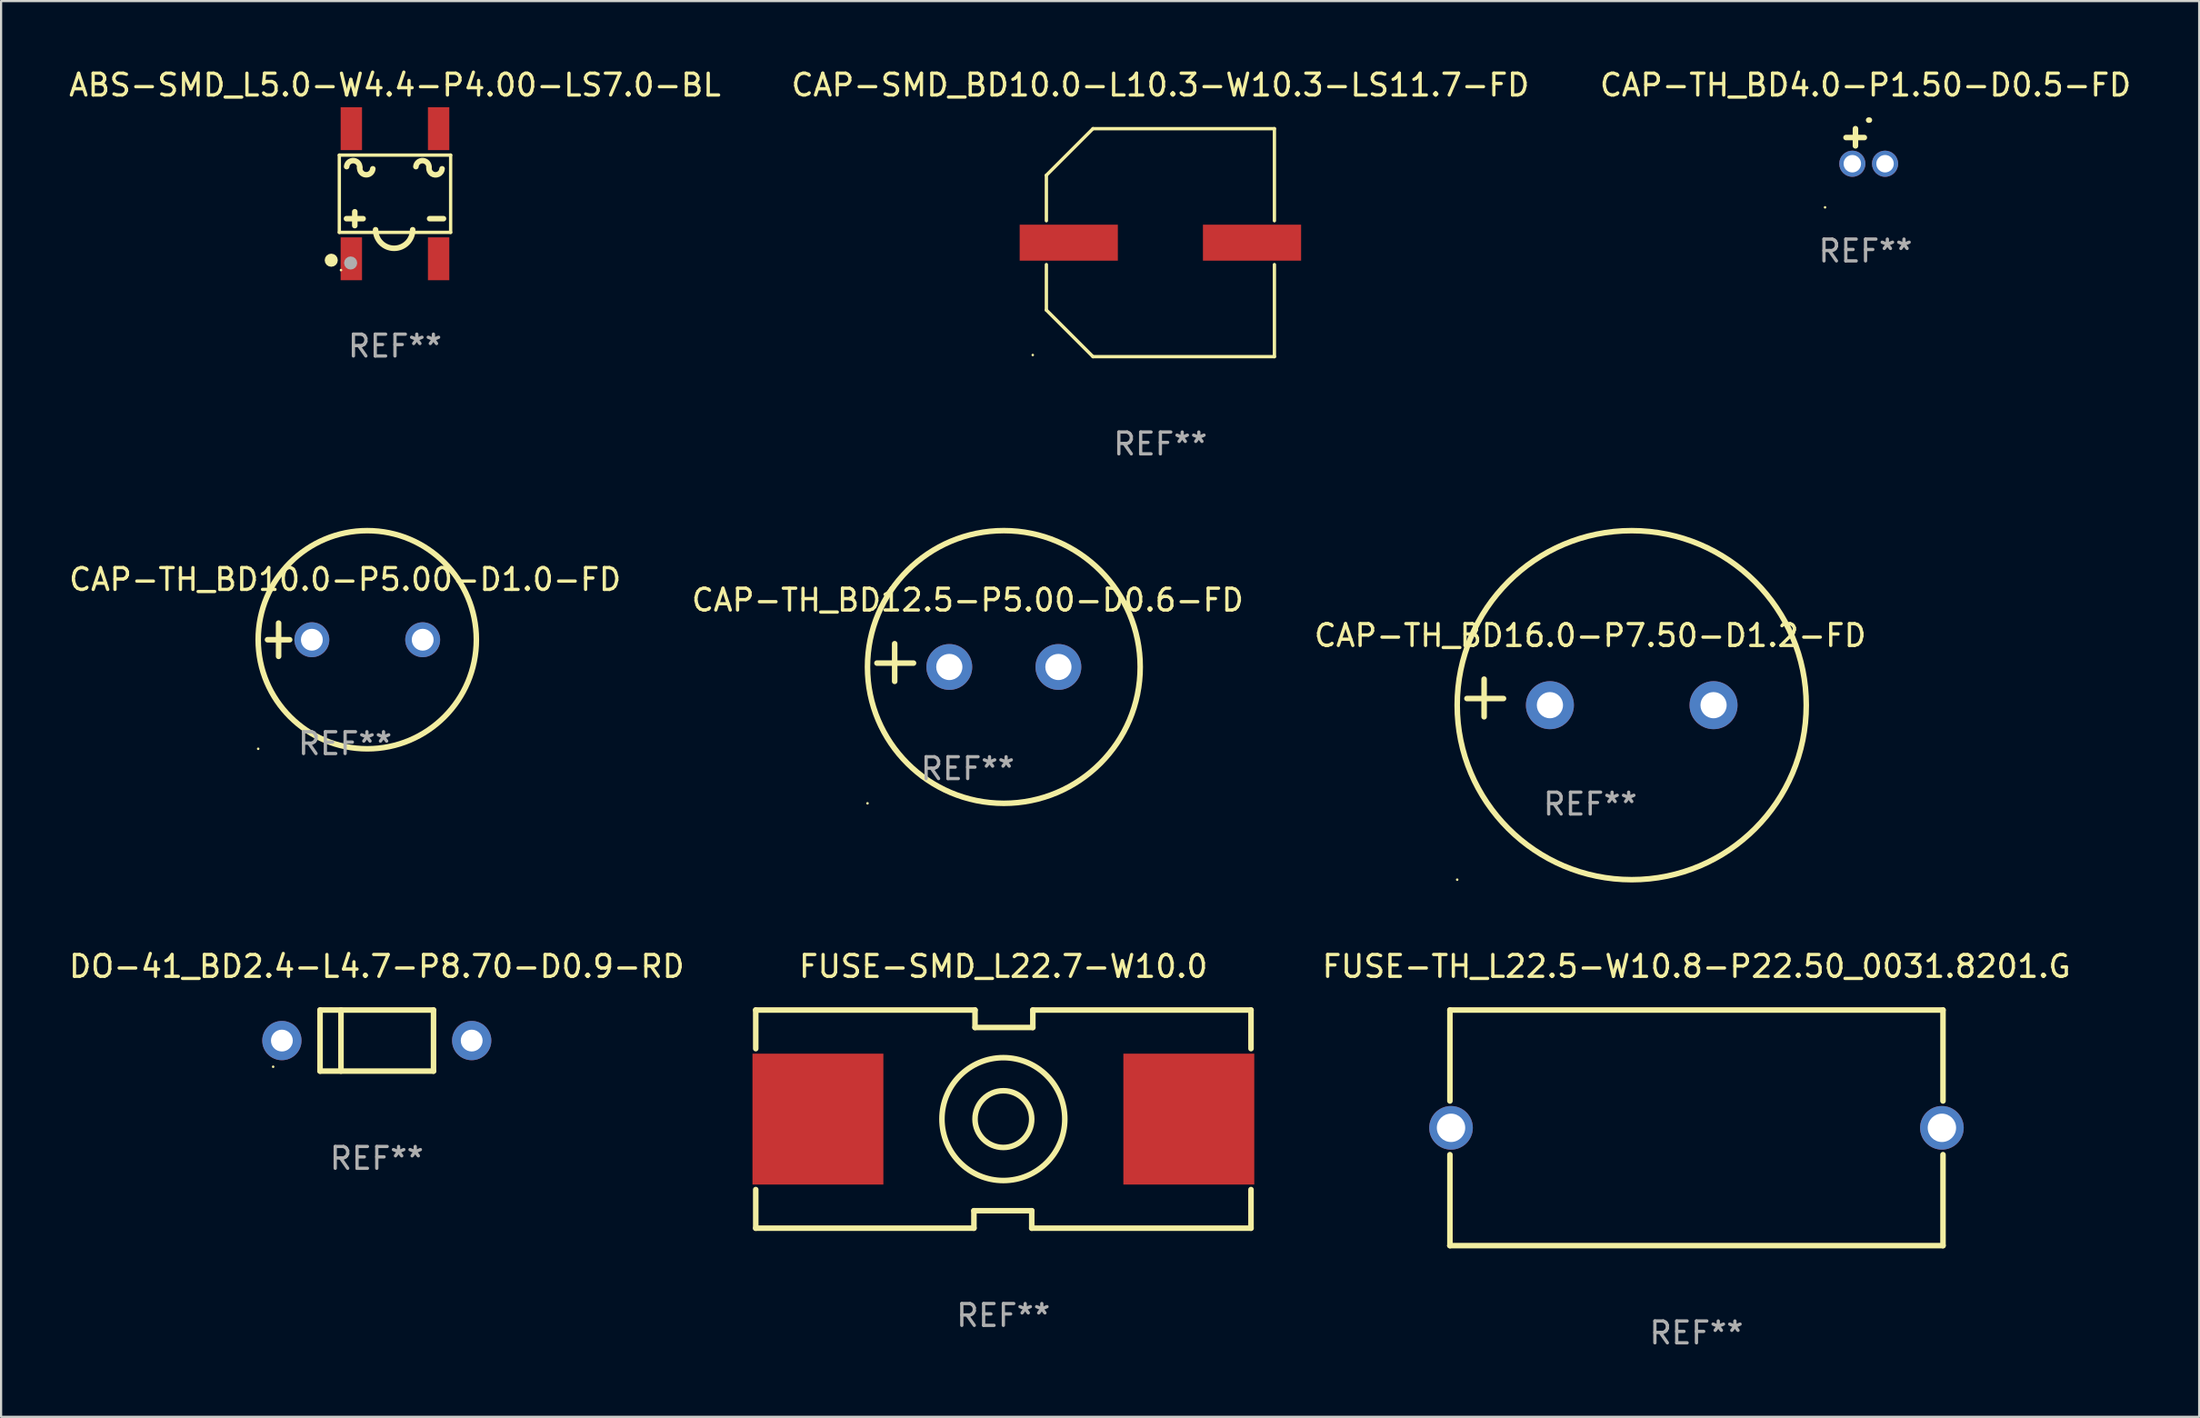
<source format=kicad_pcb>
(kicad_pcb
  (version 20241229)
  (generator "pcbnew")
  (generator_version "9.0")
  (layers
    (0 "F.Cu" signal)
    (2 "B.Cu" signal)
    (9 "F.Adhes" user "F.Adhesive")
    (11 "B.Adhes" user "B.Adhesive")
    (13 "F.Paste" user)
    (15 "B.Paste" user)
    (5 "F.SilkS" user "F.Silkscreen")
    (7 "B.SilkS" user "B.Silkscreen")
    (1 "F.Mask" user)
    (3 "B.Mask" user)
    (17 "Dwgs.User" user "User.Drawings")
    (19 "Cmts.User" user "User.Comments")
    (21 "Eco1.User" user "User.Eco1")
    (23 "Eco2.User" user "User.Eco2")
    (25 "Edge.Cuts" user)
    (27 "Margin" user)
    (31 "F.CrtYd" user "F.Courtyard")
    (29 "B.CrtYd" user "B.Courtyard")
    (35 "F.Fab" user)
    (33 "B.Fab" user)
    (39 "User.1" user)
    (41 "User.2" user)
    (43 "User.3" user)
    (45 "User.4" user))
  (footprint "CAP-TH_BD4.0-P1.50-D0.5-FD"
    (layer "F.Cu")
    (at 82.602 4.455)
    (property "Reference" "CAP-TH_BD4.0-P1.50-D0.5-FD" (at -0.144 -3.606 0) (layer "F.SilkS") (effects (font (size 1 1) (thickness 0.15))))
    (attr through_hole)
    (fp_line (start -0.606 -0.819) (end -0.606 -1.606) (stroke (width 0.254) (type solid)) (layer "F.SilkS"))
    (fp_line (start -0.2 -1.2) (end -1.038 -1.2) (stroke (width 0.254) (type solid)) (layer "F.SilkS"))
    (fp_arc (start -0.00127 -1.998984) (mid 0.01524 -1.999052) (end 0.03175 -1.998984) (stroke (width 0.254001) (type solid)) (layer "F.SilkS"))
    (fp_circle (center -2 2) (end -1.97 2) (stroke (width 0.06) (type solid)) (fill no) (layer "F.SilkS"))
    (fp_text user "REF**" (at -0.144 4 0) (layer "F.Fab") (effects (font (size 1 1) (thickness 0.15))))
    (pad "1" thru_hole circle (at -0.75 0 90) (size 1.2 1.2) (drill 0.8) (layers "*.Cu" "*.Mask"))
    (pad "2" thru_hole circle (at 0.75 0 90) (size 1.2 1.2) (drill 0.8) (layers "*.Cu" "*.Mask")))
  (footprint "FUSE-TH_L22.5-W10.8-P22.50_0031.8201.G"
    (layer "F.Cu")
    (at 74.708 48.651)
    (property "Reference" "FUSE-TH_L22.5-W10.8-P22.50_0031.8201.G" (at 0 -7.4 0) (layer "F.SilkS") (effects (font (size 1 1) (thickness 0.15))))
    (attr through_hole)
    (fp_line (start -11.3 -5.4) (end 11.3 -5.4) (stroke (width 0.254) (type solid)) (layer "F.SilkS"))
    (fp_line (start -11.3 -1.23) (end -11.3 -5.4) (stroke (width 0.254) (type solid)) (layer "F.SilkS"))
    (fp_line (start -11.3 5.4) (end -11.3 1.23) (stroke (width 0.254) (type solid)) (layer "F.SilkS"))
    (fp_line (start 11.3 -5.4) (end 11.3 -1.23) (stroke (width 0.254) (type solid)) (layer "F.SilkS"))
    (fp_line (start 11.3 1.23) (end 11.3 5.4) (stroke (width 0.254) (type solid)) (layer "F.SilkS"))
    (fp_line (start 11.3 5.4) (end -11.3 5.4) (stroke (width 0.254) (type solid)) (layer "F.SilkS"))
    (fp_circle (center -11.375 5.4) (end -11.345 5.4) (stroke (width 0.06) (type solid)) (fill no) (layer "F.SilkS"))
    (fp_text user "REF**" (at 0 9.4 0) (layer "F.Fab") (effects (font (size 1 1) (thickness 0.15))))
    (pad "1" thru_hole circle (at -11.25 0) (size 2 2) (drill 1.3) (layers "*.Cu" "*.Mask"))
    (pad "2" thru_hole circle (at 11.25 0) (size 2 2) (drill 1.3) (layers "*.Cu" "*.Mask")))
  (footprint "CAP-TH_BD10.0-P5.00-D1.0-FD"
    (layer "F.Cu")
    (at 13.784 26.276)
    (property "Reference" "CAP-TH_BD10.0-P5.00-D1.0-FD" (at -1.016 -2.762 0) (layer "F.SilkS") (effects (font (size 1 1) (thickness 0.15))))
    (attr through_hole)
    (fp_line (start -4.572 0) (end -3.556 0) (stroke (width 0.254) (type solid)) (layer "F.SilkS"))
    (fp_line (start -4.064 -0.762) (end -4.064 0.762) (stroke (width 0.254) (type solid)) (layer "F.SilkS"))
    (fp_circle (center -5 5) (end -4.97 5) (stroke (width 0.06) (type solid)) (fill no) (layer "F.SilkS"))
    (fp_circle (center 0 0) (end 5 0) (stroke (width 0.254) (type solid)) (fill no) (layer "F.SilkS"))
    (fp_text user "REF**" (at -1.016 4.762 0) (layer "F.Fab") (effects (font (size 1 1) (thickness 0.15))))
    (pad "1" thru_hole circle (at -2.54 0) (size 1.6 1.6) (drill 1) (layers "*.Cu" "*.Mask"))
    (pad "2" thru_hole circle (at 2.54 0) (size 1.6 1.6) (drill 1) (layers "*.Cu" "*.Mask")))
  (footprint "FUSE-SMD_L22.7-W10.0"
    (layer "F.Cu")
    (at 42.94 48.251)
    (property "Reference" "FUSE-SMD_L22.7-W10.0" (at -0.000102 -7 0) (layer "F.SilkS") (effects (font (size 1 1) (thickness 0.15))))
    (attr smd)
    (fp_line (start -11.35 5) (end -11.35 3.231) (stroke (width 0.254) (type solid)) (layer "F.SilkS"))
    (fp_line (start -11.35 -5) (end -11.35 -3.231) (stroke (width 0.254) (type solid)) (layer "F.SilkS"))
    (fp_line (start -11.35 -5) (end -1.3 -5) (stroke (width 0.254) (type solid)) (layer "F.SilkS"))
    (fp_line (start -1.35 4.2) (end -1.35 5) (stroke (width 0.254) (type solid)) (layer "F.SilkS"))
    (fp_line (start -1.35 5) (end -11.35 5) (stroke (width 0.254) (type solid)) (layer "F.SilkS"))
    (fp_line (start -1.3 -5) (end -1.3 -4.2) (stroke (width 0.254) (type solid)) (layer "F.SilkS"))
    (fp_line (start -1.3 -4.2) (end 1.35 -4.2) (stroke (width 0.254) (type solid)) (layer "F.SilkS"))
    (fp_line (start 1.3 4.2) (end -1.35 4.2) (stroke (width 0.254) (type solid)) (layer "F.SilkS"))
    (fp_line (start 1.3 5) (end 1.3 4.2) (stroke (width 0.254) (type solid)) (layer "F.SilkS"))
    (fp_line (start 1.35 -5) (end 11.35 -5) (stroke (width 0.254) (type solid)) (layer "F.SilkS"))
    (fp_line (start 1.35 -4.2) (end 1.35 -5) (stroke (width 0.254) (type solid)) (layer "F.SilkS"))
    (fp_line (start 11.35 5) (end 1.3 5) (stroke (width 0.254) (type solid)) (layer "F.SilkS"))
    (fp_line (start 11.35 5) (end 11.35 3.231) (stroke (width 0.254) (type solid)) (layer "F.SilkS"))
    (fp_line (start 11.35 -5) (end 11.35 -3.231) (stroke (width 0.254) (type solid)) (layer "F.SilkS"))
    (fp_circle (center 0 0) (end 1.3 0) (stroke (width 0.254) (type solid)) (fill no) (layer "F.SilkS"))
    (fp_circle (center 0 0) (end 2.816 0) (stroke (width 0.254) (type solid)) (fill no) (layer "F.SilkS"))
    (fp_text user "REF**" (at -0.000102 9 0) (layer "F.Fab") (effects (font (size 1 1) (thickness 0.15))))
    (pad "1" smd rect (at -8.5 0) (size 6 6) (layers "F.Cu" "F.Mask" "F.Paste"))
    (pad "2" smd rect (at 8.5 0) (size 6 6) (layers "F.Cu" "F.Mask" "F.Paste")))
  (footprint "DO-41_BD2.4-L4.7-P8.70-D0.9-RD"
    (layer "F.Cu")
    (at 14.22 44.651)
    (property "Reference" "DO-41_BD2.4-L4.7-P8.70-D0.9-RD" (at 0 -3.4 0) (layer "F.SilkS") (effects (font (size 1 1) (thickness 0.15))))
    (attr through_hole)
    (fp_line (start -2.6 -1.4) (end -2.6 1.4) (stroke (width 0.254) (type solid)) (layer "F.SilkS"))
    (fp_line (start -2.6 -1.4) (end 2.6 -1.4) (stroke (width 0.254) (type solid)) (layer "F.SilkS"))
    (fp_line (start -2.6 1.4) (end 2.6 1.4) (stroke (width 0.254) (type solid)) (layer "F.SilkS"))
    (fp_line (start -1.641 -1.4) (end -1.641 1.4) (stroke (width 0.254) (type solid)) (layer "F.SilkS"))
    (fp_line (start 2.6 -1.4) (end 2.6 1.4) (stroke (width 0.254) (type solid)) (layer "F.SilkS"))
    (fp_circle (center -4.75 1.2) (end -4.72 1.2) (stroke (width 0.06) (type solid)) (fill no) (layer "F.SilkS"))
    (fp_text user "REF**" (at 0 5.4 0) (layer "F.Fab") (effects (font (size 1 1) (thickness 0.15))))
    (pad "1" thru_hole circle (at -4.35 0) (size 1.8 1.8) (drill 1) (layers "*.Cu" "*.Mask"))
    (pad "2" thru_hole circle (at 4.35 0) (size 1.8 1.8) (drill 1) (layers "*.Cu" "*.Mask")))
  (footprint "ABS-SMD_L5.0-W4.4-P4.00-LS7.0-BL"
    (layer "F.Cu")
    (at 15.054 5.831)
    (property "Reference" "ABS-SMD_L5.0-W4.4-P4.00-LS7.0-BL" (at 0 -4.982 0) (layer "F.SilkS") (effects (font (size 1 1) (thickness 0.15))))
    (attr smd)
    (fp_line (start -2.551 -1.771) (end 2.551 -1.771) (stroke (width 0.152) (type solid)) (layer "F.SilkS"))
    (fp_line (start -2.551 1.771) (end -2.551 -1.771) (stroke (width 0.152) (type solid)) (layer "F.SilkS"))
    (fp_line (start -1.842 1.461) (end -1.842 0.826) (stroke (width 0.254) (type solid)) (layer "F.SilkS"))
    (fp_line (start -1.461 1.143) (end -2.223 1.143) (stroke (width 0.254) (type solid)) (layer "F.SilkS"))
    (fp_line (start 2.223 1.143) (end 1.588 1.143) (stroke (width 0.254) (type solid)) (layer "F.SilkS"))
    (fp_line (start 2.551 -1.771) (end 2.551 1.771) (stroke (width 0.152) (type solid)) (layer "F.SilkS"))
    (fp_line (start 2.551 1.771) (end -2.551 1.771) (stroke (width 0.152) (type solid)) (layer "F.SilkS"))
    (fp_arc (start -2.216078 -1.243053) (mid -1.891344 -1.515095) (end -1.616104 -1.193067) (stroke (width 0.254001) (type solid)) (layer "F.SilkS"))
    (fp_arc (start -1.016002 -1.143002) (mid -1.341085 -0.867983) (end -1.616104 -1.193066) (stroke (width 0.254001) (type solid)) (layer "F.SilkS"))
    (fp_arc (start 0.81105 1.651003) (mid -0.038976 2.501029) (end -0.889002 1.651003) (stroke (width 0.254001) (type solid)) (layer "F.SilkS"))
    (fp_arc (start 0.958928 -1.243053) (mid 1.283662 -1.515095) (end 1.558902 -1.193067) (stroke (width 0.254001) (type solid)) (layer "F.SilkS"))
    (fp_arc (start 2.159004 -1.143002) (mid 1.833922 -0.867984) (end 1.558904 -1.193066) (stroke (width 0.254001) (type solid)) (layer "F.SilkS"))
    (fp_circle (center -2.921 3.048) (end -2.771 3.048) (stroke (width 0.3) (type solid)) (fill no) (layer "F.SilkS"))
    (fp_circle (center -2.475 3.5) (end -2.445 3.5) (stroke (width 0.06) (type solid)) (fill no) (layer "F.SilkS"))
    (fp_circle (center -2.032 3.175) (end -1.882 3.175) (stroke (width 0.3) (type solid)) (fill no) (layer "F.Fab"))
    (fp_text user "REF**" (at 0 6.982 0) (layer "F.Fab") (effects (font (size 1 1) (thickness 0.15))))
    (pad "1" smd rect (at -2 2.982 180) (size 0.98 1.965) (layers "F.Cu" "F.Mask" "F.Paste"))
    (pad "2" smd rect (at 2 2.982 180) (size 0.98 1.965) (layers "F.Cu" "F.Mask" "F.Paste"))
    (pad "3" smd rect (at 2 -2.982 180) (size 0.98 1.965) (layers "F.Cu" "F.Mask" "F.Paste"))
    (pad "4" smd rect (at -2 -2.982 180) (size 0.98 1.965) (layers "F.Cu" "F.Mask" "F.Paste")))
  (footprint "CAP-SMD_BD10.0-L10.3-W10.3-LS11.7-FD"
    (layer "F.Cu")
    (at 50.137 8.074)
    (property "Reference" "CAP-SMD_BD10.0-L10.3-W10.3-LS11.7-FD" (at -0.000051 -7.226 0) (layer "F.SilkS") (effects (font (size 1 1) (thickness 0.15))))
    (attr smd)
    (fp_line (start -5.226 -3.09) (end -5.226 -1.005) (stroke (width 0.152) (type solid)) (layer "F.SilkS"))
    (fp_line (start -5.226 1.005) (end -5.226 3.09) (stroke (width 0.152) (type solid)) (layer "F.SilkS"))
    (fp_line (start -3.09 -5.226) (end -5.226 -3.09) (stroke (width 0.152) (type solid)) (layer "F.SilkS"))
    (fp_line (start -3.09 5.226) (end -5.226 3.09) (stroke (width 0.152) (type solid)) (layer "F.SilkS"))
    (fp_line (start 5.226 -5.226) (end -3.09 -5.226) (stroke (width 0.152) (type solid)) (layer "F.SilkS"))
    (fp_line (start 5.226 -5.226) (end 5.226 -1.005) (stroke (width 0.152) (type solid)) (layer "F.SilkS"))
    (fp_line (start 5.226 1.005) (end 5.226 5.226) (stroke (width 0.152) (type solid)) (layer "F.SilkS"))
    (fp_line (start 5.226 5.226) (end -3.09 5.226) (stroke (width 0.152) (type solid)) (layer "F.SilkS"))
    (fp_circle (center -5.85 5.15) (end -5.82 5.15) (stroke (width 0.06) (type solid)) (fill no) (layer "F.SilkS"))
    (fp_text user "REF**" (at -0.000051 9.226 0) (layer "F.Fab") (effects (font (size 1 1) (thickness 0.15))))
    (pad "1" smd rect (at -4.2 0.000076) (size 4.5 1.65) (layers "F.Cu" "F.Mask" "F.Paste"))
    (pad "2" smd rect (at 4.2 0.000076) (size 4.5 1.65) (layers "F.Cu" "F.Mask" "F.Paste")))
  (footprint "CAP-TH_BD12.5-P5.00-D0.6-FD"
    (layer "F.Cu")
    (at 42.962 27.525)
    (property "Reference" "CAP-TH_BD12.5-P5.00-D0.6-FD" (at -1.658 -3.067 0) (layer "F.SilkS") (effects (font (size 1 1) (thickness 0.15))))
    (attr through_hole)
    (fp_line (start -5.004 0.66) (end -5.004 -1.067) (stroke (width 0.254) (type solid)) (layer "F.SilkS"))
    (fp_line (start -4.14 -0.178) (end -5.817 -0.178) (stroke (width 0.254) (type solid)) (layer "F.SilkS"))
    (fp_circle (center -6.25 6.25) (end -6.22 6.25) (stroke (width 0.06) (type solid)) (fill no) (layer "F.SilkS"))
    (fp_circle (center -0.000127 0) (end 6.25 0) (stroke (width 0.254) (type solid)) (fill no) (layer "F.SilkS"))
    (fp_text user "REF**" (at -1.658 4.66 0) (layer "F.Fab") (effects (font (size 1 1) (thickness 0.15))))
    (pad "1" thru_hole circle (at -2.5 0) (size 2.1 2.1) (drill 1.2) (layers "*.Cu" "*.Mask"))
    (pad "2" thru_hole circle (at 2.5 0) (size 2.1 2.1) (drill 1.2) (layers "*.Cu" "*.Mask")))
  (footprint "CAP-TH_BD16.0-P7.50-D1.2-FD"
    (layer "F.Cu")
    (at 71.741 29.276)
    (property "Reference" "CAP-TH_BD16.0-P7.50-D1.2-FD" (at -1.902 -3.194 0) (layer "F.SilkS") (effects (font (size 1 1) (thickness 0.15))))
    (attr through_hole)
    (fp_line (start -6.766 0.533) (end -6.766 -1.194) (stroke (width 0.254) (type solid)) (layer "F.SilkS"))
    (fp_line (start -5.877 -0.305) (end -7.553 -0.305) (stroke (width 0.254) (type solid)) (layer "F.SilkS"))
    (fp_circle (center -8 8) (end -7.97 8) (stroke (width 0.06) (type solid)) (fill no) (layer "F.SilkS"))
    (fp_circle (center 0.000127 0) (end 8 0) (stroke (width 0.254) (type solid)) (fill no) (layer "F.SilkS"))
    (fp_text user "REF**" (at -1.902 4.533 0) (layer "F.Fab") (effects (font (size 1 1) (thickness 0.15))))
    (pad "1" thru_hole circle (at -3.75 0) (size 2.2 2.2) (drill 1.2) (layers "*.Cu" "*.Mask"))
    (pad "2" thru_hole circle (at 3.75 0) (size 2.2 2.2) (drill 1.2) (layers "*.Cu" "*.Mask")))
  (gr_rect
    (start -3 -3)
    (end 97.75 61.899)
    (stroke (width 0.1) (type default))
    (fill no)
    (layer "Edge.Cuts")))
</source>
